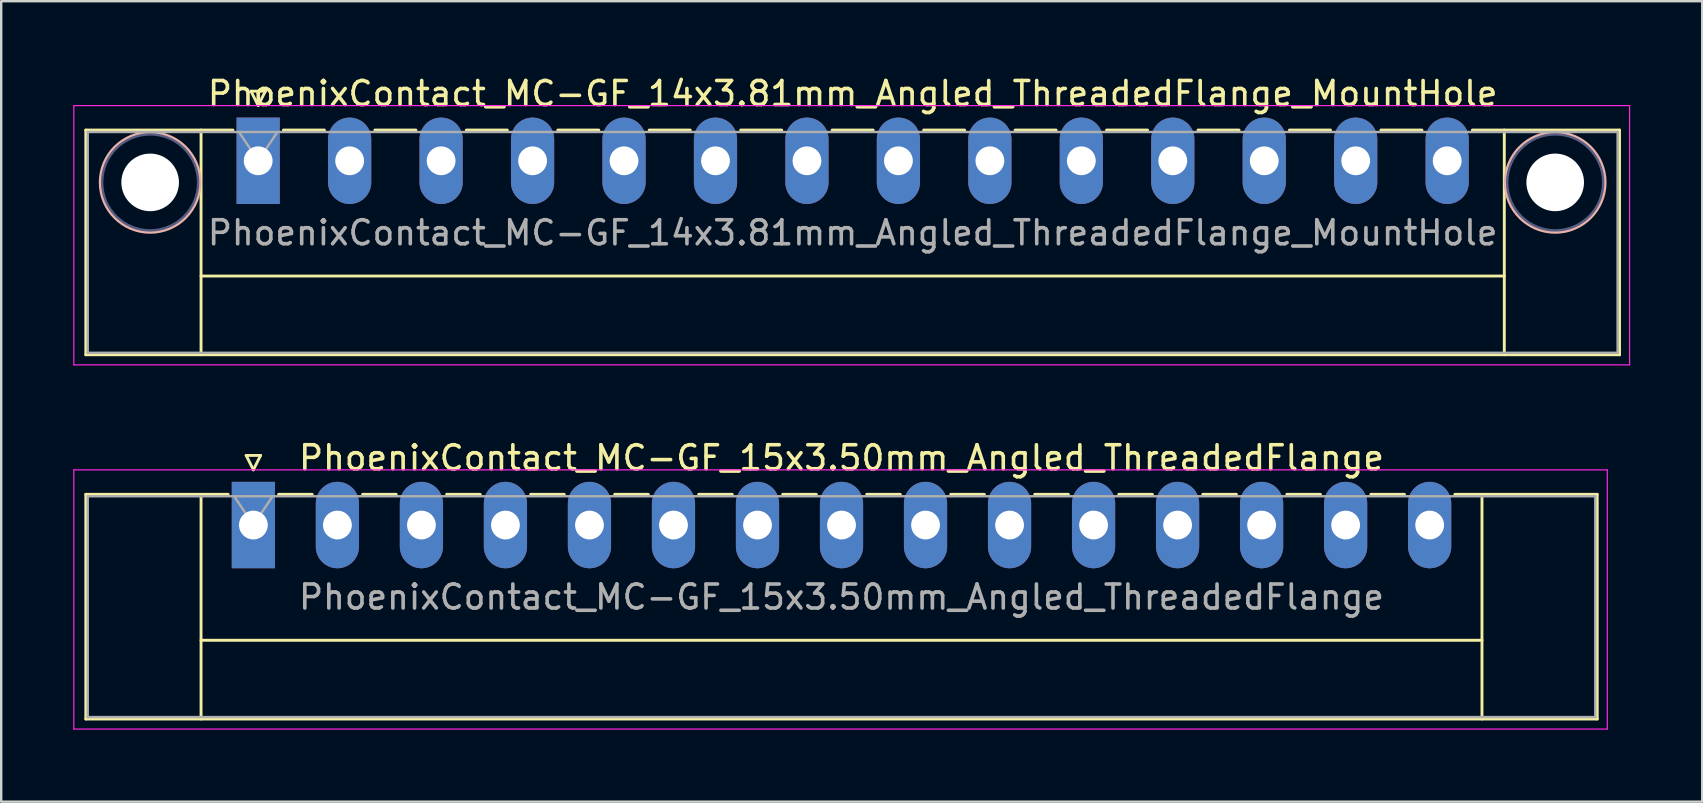
<source format=kicad_pcb>
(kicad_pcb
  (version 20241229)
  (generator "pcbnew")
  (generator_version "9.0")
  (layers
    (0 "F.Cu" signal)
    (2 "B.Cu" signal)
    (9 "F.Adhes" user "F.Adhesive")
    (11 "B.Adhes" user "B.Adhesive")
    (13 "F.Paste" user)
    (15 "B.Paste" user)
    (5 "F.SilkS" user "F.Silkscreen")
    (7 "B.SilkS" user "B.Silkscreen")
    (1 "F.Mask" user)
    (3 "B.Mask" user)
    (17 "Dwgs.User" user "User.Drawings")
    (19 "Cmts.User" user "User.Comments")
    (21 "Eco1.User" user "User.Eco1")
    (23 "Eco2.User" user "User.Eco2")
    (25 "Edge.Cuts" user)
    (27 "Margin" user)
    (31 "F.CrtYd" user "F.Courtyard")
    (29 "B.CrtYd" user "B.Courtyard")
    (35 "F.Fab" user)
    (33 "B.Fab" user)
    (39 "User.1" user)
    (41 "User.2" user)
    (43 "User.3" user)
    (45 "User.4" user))
  (footprint "PhoenixContact_MC-GF_14x3.81mm_Angled_ThreadedFlange_MountHole"
    (layer "F.Cu")
    (at 7.705 3.648)
    (property "Reference" "PhoenixContact_MC-GF_14x3.81mm_Angled_ThreadedFlange_MountHole" (at 24.765 -2.8 0) (layer "F.SilkS") (effects (font (size 1 1) (thickness 0.15))))
    (attr through_hole)
    (fp_line (start -7.18 -1.28) (end -7.18 8.08) (stroke (width 0.12) (type solid)) (layer "F.SilkS"))
    (fp_line (start -7.18 -1.28) (end -1.05 -1.28) (stroke (width 0.12) (type solid)) (layer "F.SilkS"))
    (fp_line (start -7.18 8.08) (end 56.71 8.08) (stroke (width 0.12) (type solid)) (layer "F.SilkS"))
    (fp_line (start -2.38 -1.28) (end -2.38 8.08) (stroke (width 0.12) (type solid)) (layer "F.SilkS"))
    (fp_line (start -2.38 4.8) (end 51.91 4.8) (stroke (width 0.12) (type solid)) (layer "F.SilkS"))
    (fp_line (start -0.3 -2.9) (end 0.3 -2.9) (stroke (width 0.12) (type solid)) (layer "F.SilkS"))
    (fp_line (start 0 -2.3) (end -0.3 -2.9) (stroke (width 0.12) (type solid)) (layer "F.SilkS"))
    (fp_line (start 0.3 -2.9) (end 0 -2.3) (stroke (width 0.12) (type solid)) (layer "F.SilkS"))
    (fp_line (start 1.05 -1.28) (end 2.76 -1.28) (stroke (width 0.12) (type solid)) (layer "F.SilkS"))
    (fp_line (start 4.86 -1.28) (end 6.57 -1.28) (stroke (width 0.12) (type solid)) (layer "F.SilkS"))
    (fp_line (start 8.67 -1.28) (end 10.38 -1.28) (stroke (width 0.12) (type solid)) (layer "F.SilkS"))
    (fp_line (start 12.48 -1.28) (end 14.19 -1.28) (stroke (width 0.12) (type solid)) (layer "F.SilkS"))
    (fp_line (start 16.29 -1.28) (end 18 -1.28) (stroke (width 0.12) (type solid)) (layer "F.SilkS"))
    (fp_line (start 20.1 -1.28) (end 21.81 -1.28) (stroke (width 0.12) (type solid)) (layer "F.SilkS"))
    (fp_line (start 23.91 -1.28) (end 25.62 -1.28) (stroke (width 0.12) (type solid)) (layer "F.SilkS"))
    (fp_line (start 27.72 -1.28) (end 29.43 -1.28) (stroke (width 0.12) (type solid)) (layer "F.SilkS"))
    (fp_line (start 31.53 -1.28) (end 33.24 -1.28) (stroke (width 0.12) (type solid)) (layer "F.SilkS"))
    (fp_line (start 35.34 -1.28) (end 37.05 -1.28) (stroke (width 0.12) (type solid)) (layer "F.SilkS"))
    (fp_line (start 39.15 -1.28) (end 40.86 -1.28) (stroke (width 0.12) (type solid)) (layer "F.SilkS"))
    (fp_line (start 42.96 -1.28) (end 44.67 -1.28) (stroke (width 0.12) (type solid)) (layer "F.SilkS"))
    (fp_line (start 46.77 -1.28) (end 48.48 -1.28) (stroke (width 0.12) (type solid)) (layer "F.SilkS"))
    (fp_line (start 51.91 -1.28) (end 51.91 8.08) (stroke (width 0.12) (type solid)) (layer "F.SilkS"))
    (fp_line (start 56.71 -1.28) (end 50.58 -1.28) (stroke (width 0.12) (type solid)) (layer "F.SilkS"))
    (fp_line (start 56.71 8.08) (end 56.71 -1.28) (stroke (width 0.12) (type solid)) (layer "F.SilkS"))
    (fp_circle (center -4.5 0.9) (end -2.42 0.9) (stroke (width 0.12) (type solid)) (fill no) (layer "B.SilkS"))
    (fp_circle (center 54.03 0.9) (end 56.11 0.9) (stroke (width 0.12) (type solid)) (fill no) (layer "B.SilkS"))
    (fp_line (start -7.68 -2.3) (end -7.68 8.5) (stroke (width 0.05) (type solid)) (layer "F.CrtYd"))
    (fp_line (start -7.68 8.5) (end 57.13 8.5) (stroke (width 0.05) (type solid)) (layer "F.CrtYd"))
    (fp_line (start 57.13 -2.3) (end -7.68 -2.3) (stroke (width 0.05) (type solid)) (layer "F.CrtYd"))
    (fp_line (start 57.13 8.5) (end 57.13 -2.3) (stroke (width 0.05) (type solid)) (layer "F.CrtYd"))
    (fp_circle (center -4.5 0.9) (end -2.5 0.9) (stroke (width 0.1) (type solid)) (fill no) (layer "B.Fab"))
    (fp_circle (center 54.03 0.9) (end 56.03 0.9) (stroke (width 0.1) (type solid)) (fill no) (layer "B.Fab"))
    (fp_line (start -7.1 -1.2) (end -7.1 8) (stroke (width 0.1) (type solid)) (layer "F.Fab"))
    (fp_line (start -7.1 8) (end 56.63 8) (stroke (width 0.1) (type solid)) (layer "F.Fab"))
    (fp_line (start 0 0) (end -0.8 -1.2) (stroke (width 0.1) (type solid)) (layer "F.Fab"))
    (fp_line (start 0.8 -1.2) (end 0 0) (stroke (width 0.1) (type solid)) (layer "F.Fab"))
    (fp_line (start 56.63 -1.2) (end -7.1 -1.2) (stroke (width 0.1) (type solid)) (layer "F.Fab"))
    (fp_line (start 56.63 8) (end 56.63 -1.2) (stroke (width 0.1) (type solid)) (layer "F.Fab"))
    (fp_text user "${REFERENCE}" (at 24.765 3 0) (layer "F.Fab") (effects (font (size 1 1) (thickness 0.15))))
    (pad "" np_thru_hole circle (at -4.5 0.9) (size 2.4 2.4) (drill 2.4) (layers "*.Cu" "*.Mask"))
    (pad "" np_thru_hole circle (at 54.03 0.9) (size 2.4 2.4) (drill 2.4) (layers "*.Cu" "*.Mask"))
    (pad "1" thru_hole rect (at 0 0) (size 1.8 3.6) (drill 1.2) (layers "*.Cu" "*.Mask"))
    (pad "2" thru_hole oval (at 3.81 0) (size 1.8 3.6) (drill 1.2) (layers "*.Cu" "*.Mask"))
    (pad "3" thru_hole oval (at 7.62 0) (size 1.8 3.6) (drill 1.2) (layers "*.Cu" "*.Mask"))
    (pad "4" thru_hole oval (at 11.43 0) (size 1.8 3.6) (drill 1.2) (layers "*.Cu" "*.Mask"))
    (pad "5" thru_hole oval (at 15.24 0) (size 1.8 3.6) (drill 1.2) (layers "*.Cu" "*.Mask"))
    (pad "6" thru_hole oval (at 19.05 0) (size 1.8 3.6) (drill 1.2) (layers "*.Cu" "*.Mask"))
    (pad "7" thru_hole oval (at 22.86 0) (size 1.8 3.6) (drill 1.2) (layers "*.Cu" "*.Mask"))
    (pad "8" thru_hole oval (at 26.67 0) (size 1.8 3.6) (drill 1.2) (layers "*.Cu" "*.Mask"))
    (pad "9" thru_hole oval (at 30.48 0) (size 1.8 3.6) (drill 1.2) (layers "*.Cu" "*.Mask"))
    (pad "10" thru_hole oval (at 34.29 0) (size 1.8 3.6) (drill 1.2) (layers "*.Cu" "*.Mask"))
    (pad "11" thru_hole oval (at 38.1 0) (size 1.8 3.6) (drill 1.2) (layers "*.Cu" "*.Mask"))
    (pad "12" thru_hole oval (at 41.91 0) (size 1.8 3.6) (drill 1.2) (layers "*.Cu" "*.Mask"))
    (pad "13" thru_hole oval (at 45.72 0) (size 1.8 3.6) (drill 1.2) (layers "*.Cu" "*.Mask"))
    (pad "14" thru_hole oval (at 49.53 0) (size 1.8 3.6) (drill 1.2) (layers "*.Cu" "*.Mask")))
  (footprint "PhoenixContact_MC-GF_15x3.50mm_Angled_ThreadedFlange"
    (layer "F.Cu")
    (at 7.505 18.822)
    (property "Reference" "PhoenixContact_MC-GF_15x3.50mm_Angled_ThreadedFlange" (at 24.5 -2.8 0) (layer "F.SilkS") (effects (font (size 1 1) (thickness 0.15))))
    (attr through_hole)
    (fp_line (start -6.98 -1.28) (end -6.98 8.08) (stroke (width 0.12) (type solid)) (layer "F.SilkS"))
    (fp_line (start -6.98 -1.28) (end -1.05 -1.28) (stroke (width 0.12) (type solid)) (layer "F.SilkS"))
    (fp_line (start -6.98 8.08) (end 55.98 8.08) (stroke (width 0.12) (type solid)) (layer "F.SilkS"))
    (fp_line (start -2.18 -1.28) (end -2.18 8.08) (stroke (width 0.12) (type solid)) (layer "F.SilkS"))
    (fp_line (start -2.18 4.8) (end 51.18 4.8) (stroke (width 0.12) (type solid)) (layer "F.SilkS"))
    (fp_line (start -0.3 -2.9) (end 0.3 -2.9) (stroke (width 0.12) (type solid)) (layer "F.SilkS"))
    (fp_line (start 0 -2.3) (end -0.3 -2.9) (stroke (width 0.12) (type solid)) (layer "F.SilkS"))
    (fp_line (start 0.3 -2.9) (end 0 -2.3) (stroke (width 0.12) (type solid)) (layer "F.SilkS"))
    (fp_line (start 1.05 -1.28) (end 2.45 -1.28) (stroke (width 0.12) (type solid)) (layer "F.SilkS"))
    (fp_line (start 4.55 -1.28) (end 5.95 -1.28) (stroke (width 0.12) (type solid)) (layer "F.SilkS"))
    (fp_line (start 8.05 -1.28) (end 9.45 -1.28) (stroke (width 0.12) (type solid)) (layer "F.SilkS"))
    (fp_line (start 11.55 -1.28) (end 12.95 -1.28) (stroke (width 0.12) (type solid)) (layer "F.SilkS"))
    (fp_line (start 15.05 -1.28) (end 16.45 -1.28) (stroke (width 0.12) (type solid)) (layer "F.SilkS"))
    (fp_line (start 18.55 -1.28) (end 19.95 -1.28) (stroke (width 0.12) (type solid)) (layer "F.SilkS"))
    (fp_line (start 22.05 -1.28) (end 23.45 -1.28) (stroke (width 0.12) (type solid)) (layer "F.SilkS"))
    (fp_line (start 25.55 -1.28) (end 26.95 -1.28) (stroke (width 0.12) (type solid)) (layer "F.SilkS"))
    (fp_line (start 29.05 -1.28) (end 30.45 -1.28) (stroke (width 0.12) (type solid)) (layer "F.SilkS"))
    (fp_line (start 32.55 -1.28) (end 33.95 -1.28) (stroke (width 0.12) (type solid)) (layer "F.SilkS"))
    (fp_line (start 36.05 -1.28) (end 37.45 -1.28) (stroke (width 0.12) (type solid)) (layer "F.SilkS"))
    (fp_line (start 39.55 -1.28) (end 40.95 -1.28) (stroke (width 0.12) (type solid)) (layer "F.SilkS"))
    (fp_line (start 43.05 -1.28) (end 44.45 -1.28) (stroke (width 0.12) (type solid)) (layer "F.SilkS"))
    (fp_line (start 46.55 -1.28) (end 47.95 -1.28) (stroke (width 0.12) (type solid)) (layer "F.SilkS"))
    (fp_line (start 51.18 -1.28) (end 51.18 8.08) (stroke (width 0.12) (type solid)) (layer "F.SilkS"))
    (fp_line (start 55.98 -1.28) (end 50.05 -1.28) (stroke (width 0.12) (type solid)) (layer "F.SilkS"))
    (fp_line (start 55.98 8.08) (end 55.98 -1.28) (stroke (width 0.12) (type solid)) (layer "F.SilkS"))
    (fp_line (start -7.48 -2.3) (end -7.48 8.5) (stroke (width 0.05) (type solid)) (layer "F.CrtYd"))
    (fp_line (start -7.48 8.5) (end 56.4 8.5) (stroke (width 0.05) (type solid)) (layer "F.CrtYd"))
    (fp_line (start 56.4 -2.3) (end -7.48 -2.3) (stroke (width 0.05) (type solid)) (layer "F.CrtYd"))
    (fp_line (start 56.4 8.5) (end 56.4 -2.3) (stroke (width 0.05) (type solid)) (layer "F.CrtYd"))
    (fp_line (start -6.9 -1.2) (end -6.9 8) (stroke (width 0.1) (type solid)) (layer "F.Fab"))
    (fp_line (start -6.9 8) (end 55.9 8) (stroke (width 0.1) (type solid)) (layer "F.Fab"))
    (fp_line (start 0 0) (end -0.8 -1.2) (stroke (width 0.1) (type solid)) (layer "F.Fab"))
    (fp_line (start 0.8 -1.2) (end 0 0) (stroke (width 0.1) (type solid)) (layer "F.Fab"))
    (fp_line (start 55.9 -1.2) (end -6.9 -1.2) (stroke (width 0.1) (type solid)) (layer "F.Fab"))
    (fp_line (start 55.9 8) (end 55.9 -1.2) (stroke (width 0.1) (type solid)) (layer "F.Fab"))
    (fp_text user "${REFERENCE}" (at 24.5 3 0) (layer "F.Fab") (effects (font (size 1 1) (thickness 0.15))))
    (pad "1" thru_hole rect (at 0 0) (size 1.8 3.6) (drill 1.2) (layers "*.Cu" "*.Mask"))
    (pad "2" thru_hole oval (at 3.5 0) (size 1.8 3.6) (drill 1.2) (layers "*.Cu" "*.Mask"))
    (pad "3" thru_hole oval (at 7 0) (size 1.8 3.6) (drill 1.2) (layers "*.Cu" "*.Mask"))
    (pad "4" thru_hole oval (at 10.5 0) (size 1.8 3.6) (drill 1.2) (layers "*.Cu" "*.Mask"))
    (pad "5" thru_hole oval (at 14 0) (size 1.8 3.6) (drill 1.2) (layers "*.Cu" "*.Mask"))
    (pad "6" thru_hole oval (at 17.5 0) (size 1.8 3.6) (drill 1.2) (layers "*.Cu" "*.Mask"))
    (pad "7" thru_hole oval (at 21 0) (size 1.8 3.6) (drill 1.2) (layers "*.Cu" "*.Mask"))
    (pad "8" thru_hole oval (at 24.5 0) (size 1.8 3.6) (drill 1.2) (layers "*.Cu" "*.Mask"))
    (pad "9" thru_hole oval (at 28 0) (size 1.8 3.6) (drill 1.2) (layers "*.Cu" "*.Mask"))
    (pad "10" thru_hole oval (at 31.5 0) (size 1.8 3.6) (drill 1.2) (layers "*.Cu" "*.Mask"))
    (pad "11" thru_hole oval (at 35 0) (size 1.8 3.6) (drill 1.2) (layers "*.Cu" "*.Mask"))
    (pad "12" thru_hole oval (at 38.5 0) (size 1.8 3.6) (drill 1.2) (layers "*.Cu" "*.Mask"))
    (pad "13" thru_hole oval (at 42 0) (size 1.8 3.6) (drill 1.2) (layers "*.Cu" "*.Mask"))
    (pad "14" thru_hole oval (at 45.5 0) (size 1.8 3.6) (drill 1.2) (layers "*.Cu" "*.Mask"))
    (pad "15" thru_hole oval (at 49 0) (size 1.8 3.6) (drill 1.2) (layers "*.Cu" "*.Mask")))
  (gr_rect
    (start -3 -3)
    (end 67.86 30.346)
    (stroke (width 0.1) (type default))
    (fill no)
    (layer "Edge.Cuts")))
</source>
